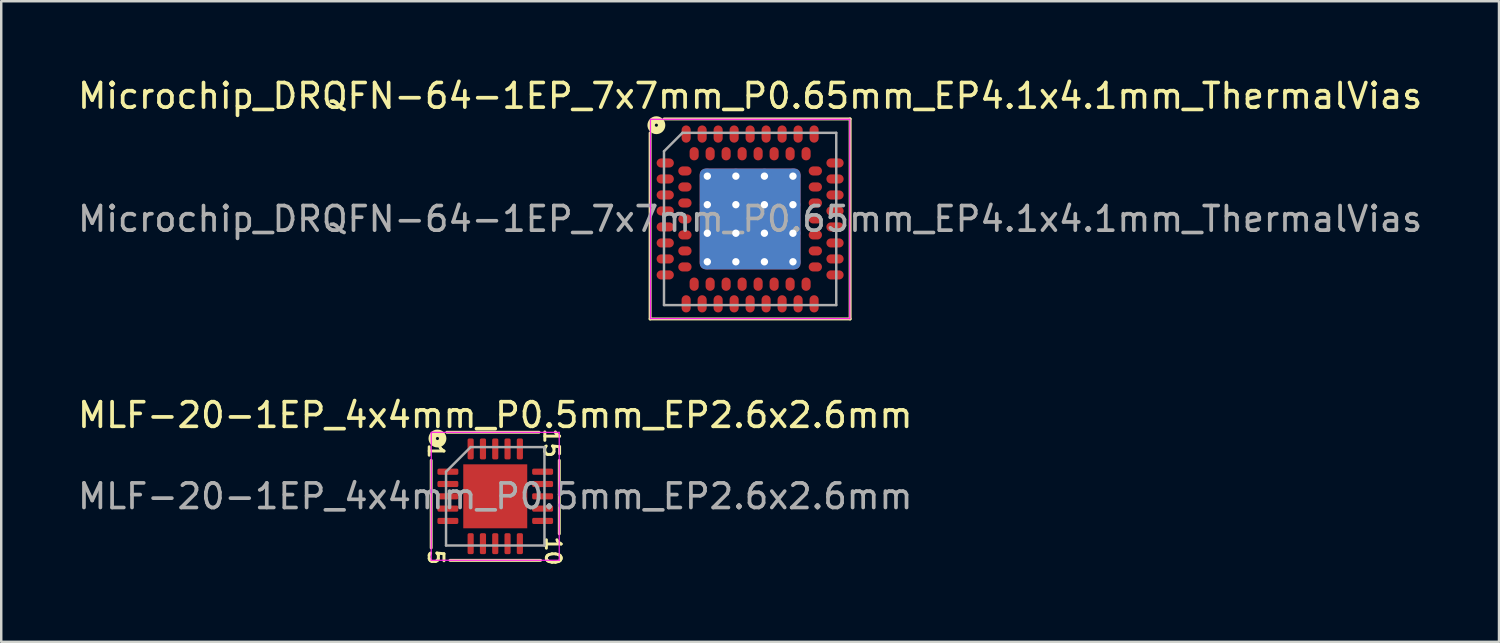
<source format=kicad_pcb>
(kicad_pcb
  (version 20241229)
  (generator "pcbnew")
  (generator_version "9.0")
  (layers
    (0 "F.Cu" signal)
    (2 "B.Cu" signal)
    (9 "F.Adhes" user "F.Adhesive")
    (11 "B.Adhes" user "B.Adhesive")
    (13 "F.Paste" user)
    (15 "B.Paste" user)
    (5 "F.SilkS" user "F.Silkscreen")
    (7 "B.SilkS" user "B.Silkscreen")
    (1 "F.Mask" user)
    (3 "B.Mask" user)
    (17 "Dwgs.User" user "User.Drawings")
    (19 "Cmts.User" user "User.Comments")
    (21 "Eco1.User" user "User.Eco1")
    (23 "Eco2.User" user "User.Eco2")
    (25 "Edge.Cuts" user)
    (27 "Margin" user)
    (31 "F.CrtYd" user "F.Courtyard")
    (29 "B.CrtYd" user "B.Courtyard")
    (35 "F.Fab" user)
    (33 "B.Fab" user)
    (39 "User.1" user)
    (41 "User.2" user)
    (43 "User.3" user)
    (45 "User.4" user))
  (footprint "Microchip_DRQFN-64-1EP_7x7mm_P0.65mm_EP4.1x4.1mm_ThermalVias"
    (layer "F.Cu")
    (at 27.435 5.848)
    (property "Reference" "Microchip_DRQFN-64-1EP_7x7mm_P0.65mm_EP4.1x4.1mm_ThermalVias" (at 0 -5 0) (layer "F.SilkS") (effects (font (size 1 1) (thickness 0.15))))
    (attr smd)
    (fp_line (start -4.064 4.064) (end -4.064 -3.493) (stroke (width 0.12) (type solid)) (layer "F.SilkS"))
    (fp_line (start -3.493 -4.064) (end 4.064 -4.064) (stroke (width 0.12) (type solid)) (layer "F.SilkS"))
    (fp_line (start 4.064 -4.064) (end 4.064 4.064) (stroke (width 0.12) (type solid)) (layer "F.SilkS"))
    (fp_line (start 4.064 4.064) (end -4.064 4.064) (stroke (width 0.12) (type solid)) (layer "F.SilkS"))
    (fp_circle (center -3.81 -3.81) (end -3.747 -3.81) (stroke (width 0.3) (type solid)) (fill no) (layer "F.SilkS"))
    (fp_line (start -4.05 -4.05) (end 4.05 -4.05) (stroke (width 0.05) (type solid)) (layer "F.CrtYd"))
    (fp_line (start -4.05 4.05) (end -4.05 -4.05) (stroke (width 0.05) (type solid)) (layer "F.CrtYd"))
    (fp_line (start 4.05 -4.05) (end 4.05 4.05) (stroke (width 0.05) (type solid)) (layer "F.CrtYd"))
    (fp_line (start 4.05 4.05) (end -4.05 4.05) (stroke (width 0.05) (type solid)) (layer "F.CrtYd"))
    (fp_line (start -3.5 -2.75) (end -2.75 -3.5) (stroke (width 0.1) (type solid)) (layer "F.Fab"))
    (fp_line (start -3.5 3.5) (end -3.5 -2.75) (stroke (width 0.1) (type solid)) (layer "F.Fab"))
    (fp_line (start -2.75 -3.5) (end 3.5 -3.5) (stroke (width 0.1) (type solid)) (layer "F.Fab"))
    (fp_line (start 3.5 -3.5) (end 3.5 3.5) (stroke (width 0.1) (type solid)) (layer "F.Fab"))
    (fp_line (start 3.5 3.5) (end -3.5 3.5) (stroke (width 0.1) (type solid)) (layer "F.Fab"))
    (fp_text user "${REFERENCE}" (at 0 0 0) (layer "F.Fab") (effects (font (size 1 1) (thickness 0.15))))
    (pad "" smd roundrect (at -1.16 -1.16) (size 1 1) (layers "F.Paste") (roundrect_rratio 0.25))
    (pad "" smd roundrect (at -1.16 0) (size 1 1) (layers "F.Paste") (roundrect_rratio 0.25))
    (pad "" smd roundrect (at -1.16 1.16) (size 1 1) (layers "F.Paste") (roundrect_rratio 0.25))
    (pad "" smd roundrect (at 0 -1.16) (size 1 1) (layers "F.Paste") (roundrect_rratio 0.25))
    (pad "" smd roundrect (at 0 0) (size 1 1) (layers "F.Paste") (roundrect_rratio 0.25))
    (pad "" smd roundrect (at 0 1.16) (size 1 1) (layers "F.Paste") (roundrect_rratio 0.25))
    (pad "" smd roundrect (at 1.16 -1.16) (size 1 1) (layers "F.Paste") (roundrect_rratio 0.25))
    (pad "" smd roundrect (at 1.16 0) (size 1 1) (layers "F.Paste") (roundrect_rratio 0.25))
    (pad "" smd roundrect (at 1.16 1.16) (size 1 1) (layers "F.Paste") (roundrect_rratio 0.25))
    (pad "A1" smd oval (at -3.45 -2.275) (size 0.7 0.37) (layers "F.Cu" "F.Mask" "F.Paste"))
    (pad "A2" smd oval (at -3.45 -1.625) (size 0.7 0.37) (layers "F.Cu" "F.Mask" "F.Paste"))
    (pad "A3" smd oval (at -3.45 -0.975) (size 0.7 0.37) (layers "F.Cu" "F.Mask" "F.Paste"))
    (pad "A4" smd oval (at -3.45 -0.325) (size 0.7 0.37) (layers "F.Cu" "F.Mask" "F.Paste"))
    (pad "A5" smd oval (at -3.45 0.325) (size 0.7 0.37) (layers "F.Cu" "F.Mask" "F.Paste"))
    (pad "A6" smd oval (at -3.45 0.975) (size 0.7 0.37) (layers "F.Cu" "F.Mask" "F.Paste"))
    (pad "A7" smd oval (at -3.45 1.625) (size 0.7 0.37) (layers "F.Cu" "F.Mask" "F.Paste"))
    (pad "A8" smd oval (at -3.45 2.275) (size 0.7 0.37) (layers "F.Cu" "F.Mask" "F.Paste"))
    (pad "A9" smd oval (at -2.6 3.45) (size 0.37 0.7) (layers "F.Cu" "F.Mask" "F.Paste"))
    (pad "A10" smd oval (at -1.95 3.45) (size 0.37 0.7) (layers "F.Cu" "F.Mask" "F.Paste"))
    (pad "A11" smd oval (at -1.3 3.45) (size 0.37 0.7) (layers "F.Cu" "F.Mask" "F.Paste"))
    (pad "A12" smd oval (at -0.65 3.45) (size 0.37 0.7) (layers "F.Cu" "F.Mask" "F.Paste"))
    (pad "A13" smd oval (at 0 3.45) (size 0.37 0.7) (layers "F.Cu" "F.Mask" "F.Paste"))
    (pad "A14" smd oval (at 0.65 3.45) (size 0.37 0.7) (layers "F.Cu" "F.Mask" "F.Paste"))
    (pad "A15" smd oval (at 1.3 3.45) (size 0.37 0.7) (layers "F.Cu" "F.Mask" "F.Paste"))
    (pad "A16" smd oval (at 1.95 3.45) (size 0.37 0.7) (layers "F.Cu" "F.Mask" "F.Paste"))
    (pad "A17" smd oval (at 2.6 3.45) (size 0.37 0.7) (layers "F.Cu" "F.Mask" "F.Paste"))
    (pad "A18" smd oval (at 3.45 2.275) (size 0.7 0.37) (layers "F.Cu" "F.Mask" "F.Paste"))
    (pad "A19" smd oval (at 3.45 1.625) (size 0.7 0.37) (layers "F.Cu" "F.Mask" "F.Paste"))
    (pad "A20" smd oval (at 3.45 0.975) (size 0.7 0.37) (layers "F.Cu" "F.Mask" "F.Paste"))
    (pad "A21" smd oval (at 3.45 0.325) (size 0.7 0.37) (layers "F.Cu" "F.Mask" "F.Paste"))
    (pad "A22" smd oval (at 3.45 -0.325) (size 0.7 0.37) (layers "F.Cu" "F.Mask" "F.Paste"))
    (pad "A23" smd oval (at 3.45 -0.975) (size 0.7 0.37) (layers "F.Cu" "F.Mask" "F.Paste"))
    (pad "A24" smd oval (at 3.45 -1.625) (size 0.7 0.37) (layers "F.Cu" "F.Mask" "F.Paste"))
    (pad "A25" smd oval (at 3.45 -2.275) (size 0.7 0.37) (layers "F.Cu" "F.Mask" "F.Paste"))
    (pad "A26" smd oval (at 2.6 -3.45) (size 0.37 0.7) (layers "F.Cu" "F.Mask" "F.Paste"))
    (pad "A27" smd oval (at 1.95 -3.45) (size 0.37 0.7) (layers "F.Cu" "F.Mask" "F.Paste"))
    (pad "A28" smd oval (at 1.3 -3.45) (size 0.37 0.7) (layers "F.Cu" "F.Mask" "F.Paste"))
    (pad "A29" smd oval (at 0.65 -3.45) (size 0.37 0.7) (layers "F.Cu" "F.Mask" "F.Paste"))
    (pad "A30" smd oval (at 0 -3.45) (size 0.37 0.7) (layers "F.Cu" "F.Mask" "F.Paste"))
    (pad "A31" smd oval (at -0.65 -3.45) (size 0.37 0.7) (layers "F.Cu" "F.Mask" "F.Paste"))
    (pad "A32" smd oval (at -1.3 -3.45) (size 0.37 0.7) (layers "F.Cu" "F.Mask" "F.Paste"))
    (pad "A33" smd oval (at -1.95 -3.45) (size 0.37 0.7) (layers "F.Cu" "F.Mask" "F.Paste"))
    (pad "A34" smd oval (at -2.6 -3.45) (size 0.37 0.7) (layers "F.Cu" "F.Mask" "F.Paste"))
    (pad "B1" smd oval (at -2.65 -1.95) (size 0.54 0.37) (layers "F.Cu" "F.Mask" "F.Paste"))
    (pad "B2" smd oval (at -2.65 -1.3) (size 0.54 0.37) (layers "F.Cu" "F.Mask" "F.Paste"))
    (pad "B3" smd oval (at -2.65 -0.65) (size 0.54 0.37) (layers "F.Cu" "F.Mask" "F.Paste"))
    (pad "B4" smd oval (at -2.65 0) (size 0.54 0.37) (layers "F.Cu" "F.Mask" "F.Paste"))
    (pad "B5" smd oval (at -2.65 0.65) (size 0.54 0.37) (layers "F.Cu" "F.Mask" "F.Paste"))
    (pad "B6" smd oval (at -2.65 1.3) (size 0.54 0.37) (layers "F.Cu" "F.Mask" "F.Paste"))
    (pad "B7" smd oval (at -2.65 1.95) (size 0.54 0.37) (layers "F.Cu" "F.Mask" "F.Paste"))
    (pad "B8" smd oval (at -2.275 2.65) (size 0.37 0.54) (layers "F.Cu" "F.Mask" "F.Paste"))
    (pad "B9" smd oval (at -1.625 2.65) (size 0.37 0.54) (layers "F.Cu" "F.Mask" "F.Paste"))
    (pad "B10" smd oval (at -0.975 2.65) (size 0.37 0.54) (layers "F.Cu" "F.Mask" "F.Paste"))
    (pad "B11" smd oval (at -0.325 2.65) (size 0.37 0.54) (layers "F.Cu" "F.Mask" "F.Paste"))
    (pad "B12" smd oval (at 0.325 2.65) (size 0.37 0.54) (layers "F.Cu" "F.Mask" "F.Paste"))
    (pad "B13" smd oval (at 0.975 2.65) (size 0.37 0.54) (layers "F.Cu" "F.Mask" "F.Paste"))
    (pad "B14" smd oval (at 1.625 2.65) (size 0.37 0.54) (layers "F.Cu" "F.Mask" "F.Paste"))
    (pad "B15" smd oval (at 2.275 2.65) (size 0.37 0.54) (layers "F.Cu" "F.Mask" "F.Paste"))
    (pad "B16" smd oval (at 2.65 1.95) (size 0.54 0.37) (layers "F.Cu" "F.Mask" "F.Paste"))
    (pad "B17" smd oval (at 2.65 1.3) (size 0.54 0.37) (layers "F.Cu" "F.Mask" "F.Paste"))
    (pad "B18" smd oval (at 2.65 0.65) (size 0.54 0.37) (layers "F.Cu" "F.Mask" "F.Paste"))
    (pad "B19" smd oval (at 2.65 0) (size 0.54 0.37) (layers "F.Cu" "F.Mask" "F.Paste"))
    (pad "B20" smd oval (at 2.65 -0.65) (size 0.54 0.37) (layers "F.Cu" "F.Mask" "F.Paste"))
    (pad "B21" smd oval (at 2.65 -1.3) (size 0.54 0.37) (layers "F.Cu" "F.Mask" "F.Paste"))
    (pad "B22" smd oval (at 2.65 -1.95) (size 0.54 0.37) (layers "F.Cu" "F.Mask" "F.Paste"))
    (pad "B23" smd oval (at 2.275 -2.65) (size 0.37 0.54) (layers "F.Cu" "F.Mask" "F.Paste"))
    (pad "B24" smd oval (at 1.625 -2.65) (size 0.37 0.54) (layers "F.Cu" "F.Mask" "F.Paste"))
    (pad "B25" smd oval (at 0.975 -2.65) (size 0.37 0.54) (layers "F.Cu" "F.Mask" "F.Paste"))
    (pad "B26" smd oval (at 0.325 -2.65) (size 0.37 0.54) (layers "F.Cu" "F.Mask" "F.Paste"))
    (pad "B27" smd oval (at -0.325 -2.65) (size 0.37 0.54) (layers "F.Cu" "F.Mask" "F.Paste"))
    (pad "B28" smd oval (at -0.975 -2.65) (size 0.37 0.54) (layers "F.Cu" "F.Mask" "F.Paste"))
    (pad "B29" smd oval (at -1.625 -2.65) (size 0.37 0.54) (layers "F.Cu" "F.Mask" "F.Paste"))
    (pad "B30" smd oval (at -2.275 -2.65) (size 0.37 0.54) (layers "F.Cu" "F.Mask" "F.Paste"))
    (pad "EP" thru_hole circle (at -1.74 -1.74) (size 0.6 0.6) (drill 0.3) (layers "*.Cu"))
    (pad "EP" thru_hole circle (at -1.74 -0.58) (size 0.6 0.6) (drill 0.3) (layers "*.Cu"))
    (pad "EP" thru_hole circle (at -1.74 0.58) (size 0.6 0.6) (drill 0.3) (layers "*.Cu"))
    (pad "EP" thru_hole circle (at -1.74 1.74) (size 0.6 0.6) (drill 0.3) (layers "*.Cu"))
    (pad "EP" thru_hole circle (at -0.58 -1.74) (size 0.6 0.6) (drill 0.3) (layers "*.Cu"))
    (pad "EP" thru_hole circle (at -0.58 -0.58) (size 0.6 0.6) (drill 0.3) (layers "*.Cu"))
    (pad "EP" thru_hole circle (at -0.58 0.58) (size 0.6 0.6) (drill 0.3) (layers "*.Cu"))
    (pad "EP" thru_hole circle (at -0.58 1.74) (size 0.6 0.6) (drill 0.3) (layers "*.Cu"))
    (pad "EP" smd roundrect (at 0 0) (size 4.1 4.1) (layers "F.Cu" "F.Mask") (roundrect_rratio 0.06))
    (pad "EP" smd roundrect (at 0 0) (size 4.1 4.1) (layers "B.Cu" "B.Mask") (roundrect_rratio 0.06))
    (pad "EP" thru_hole circle (at 0.58 -1.74) (size 0.6 0.6) (drill 0.3) (layers "*.Cu"))
    (pad "EP" thru_hole circle (at 0.58 -0.58) (size 0.6 0.6) (drill 0.3) (layers "*.Cu"))
    (pad "EP" thru_hole circle (at 0.58 0.58) (size 0.6 0.6) (drill 0.3) (layers "*.Cu"))
    (pad "EP" thru_hole circle (at 0.58 1.74) (size 0.6 0.6) (drill 0.3) (layers "*.Cu"))
    (pad "EP" thru_hole circle (at 1.74 -1.74) (size 0.6 0.6) (drill 0.3) (layers "*.Cu"))
    (pad "EP" thru_hole circle (at 1.74 -0.58) (size 0.6 0.6) (drill 0.3) (layers "*.Cu"))
    (pad "EP" thru_hole circle (at 1.74 0.58) (size 0.6 0.6) (drill 0.3) (layers "*.Cu"))
    (pad "EP" thru_hole circle (at 1.74 1.74) (size 0.6 0.6) (drill 0.3) (layers "*.Cu")))
  (footprint "MLF-20-1EP_4x4mm_P0.5mm_EP2.6x2.6mm"
    (layer "F.Cu")
    (at 17.077 17.12)
    (property "Reference" "MLF-20-1EP_4x4mm_P0.5mm_EP2.6x2.6mm" (at 0 -3.3 0) (layer "F.SilkS") (effects (font (size 1 1) (thickness 0.15))))
    (attr smd)
    (fp_line (start -2.603 2.095) (end -2.603 -1.46) (stroke (width 0.12) (type solid)) (layer "F.SilkS"))
    (fp_line (start -1.968 -2.603) (end 1.778 -2.603) (stroke (width 0.12) (type solid)) (layer "F.SilkS"))
    (fp_line (start 1.841 2.603) (end -1.841 2.603) (stroke (width 0.12) (type solid)) (layer "F.SilkS"))
    (fp_line (start 2.603 -1.46) (end 2.603 1.524) (stroke (width 0.12) (type solid)) (layer "F.SilkS"))
    (fp_circle (center -2.349 -2.349) (end -2.286 -2.349) (stroke (width 0.3) (type solid)) (fill no) (layer "F.SilkS"))
    (fp_line (start -2.6 -2.6) (end -2.603 2.603) (stroke (width 0.05) (type solid)) (layer "F.CrtYd"))
    (fp_line (start -2.6 2.6) (end 2.6 2.6) (stroke (width 0.05) (type solid)) (layer "F.CrtYd"))
    (fp_line (start 2.6 -2.6) (end -2.6 -2.6) (stroke (width 0.05) (type solid)) (layer "F.CrtYd"))
    (fp_line (start 2.6 2.6) (end 2.6 -2.6) (stroke (width 0.05) (type solid)) (layer "F.CrtYd"))
    (fp_line (start -2 -1) (end -1 -2) (stroke (width 0.1) (type solid)) (layer "F.Fab"))
    (fp_line (start -2 2) (end -2 -1) (stroke (width 0.1) (type solid)) (layer "F.Fab"))
    (fp_line (start -1 -2) (end 2 -2) (stroke (width 0.1) (type solid)) (layer "F.Fab"))
    (fp_line (start 2 -2) (end 2 2) (stroke (width 0.1) (type solid)) (layer "F.Fab"))
    (fp_line (start 2 2) (end -2 2) (stroke (width 0.1) (type solid)) (layer "F.Fab"))
    (fp_text user "5" (at -2.413 2.477 270) (unlocked yes) (layer "F.SilkS") (effects (font (size 0.6 0.6) (thickness 0.12))))
    (fp_text user "1" (at -2.413 -1.841 270) (unlocked yes) (layer "F.SilkS") (effects (font (size 0.6 0.6) (thickness 0.12))))
    (fp_text user "15" (at 2.286 -2.159 270) (unlocked yes) (layer "F.SilkS") (effects (font (size 0.6 0.6) (thickness 0.12))))
    (fp_text user "10" (at 2.349 2.223 270) (unlocked yes) (layer "F.SilkS") (effects (font (size 0.6 0.6) (thickness 0.12))))
    (fp_text user "${REFERENCE}" (at 0 0 0) (layer "F.Fab") (effects (font (size 1 1) (thickness 0.15))))
    (pad "" smd roundrect (at -0.65 -0.65) (size 1.05 1.05) (layers "F.Paste") (roundrect_rratio 0.238))
    (pad "" smd roundrect (at -0.65 0.65) (size 1.05 1.05) (layers "F.Paste") (roundrect_rratio 0.238))
    (pad "" smd roundrect (at 0.65 -0.65) (size 1.05 1.05) (layers "F.Paste") (roundrect_rratio 0.238))
    (pad "" smd roundrect (at 0.65 0.65) (size 1.05 1.05) (layers "F.Paste") (roundrect_rratio 0.238))
    (pad "1" smd roundrect (at -1.925 -1) (size 0.85 0.25) (layers "F.Cu" "F.Mask" "F.Paste") (roundrect_rratio 0.25))
    (pad "2" smd roundrect (at -1.925 -0.5) (size 0.85 0.25) (layers "F.Cu" "F.Mask" "F.Paste") (roundrect_rratio 0.25))
    (pad "3" smd roundrect (at -1.925 0) (size 0.85 0.25) (layers "F.Cu" "F.Mask" "F.Paste") (roundrect_rratio 0.25))
    (pad "4" smd roundrect (at -1.925 0.5) (size 0.85 0.25) (layers "F.Cu" "F.Mask" "F.Paste") (roundrect_rratio 0.25))
    (pad "5" smd roundrect (at -1.925 1) (size 0.85 0.25) (layers "F.Cu" "F.Mask" "F.Paste") (roundrect_rratio 0.25))
    (pad "6" smd roundrect (at -1 1.925) (size 0.25 0.85) (layers "F.Cu" "F.Mask" "F.Paste") (roundrect_rratio 0.25))
    (pad "7" smd roundrect (at -0.5 1.925) (size 0.25 0.85) (layers "F.Cu" "F.Mask" "F.Paste") (roundrect_rratio 0.25))
    (pad "8" smd roundrect (at 0 1.925) (size 0.25 0.85) (layers "F.Cu" "F.Mask" "F.Paste") (roundrect_rratio 0.25))
    (pad "9" smd roundrect (at 0.5 1.925) (size 0.25 0.85) (layers "F.Cu" "F.Mask" "F.Paste") (roundrect_rratio 0.25))
    (pad "10" smd roundrect (at 1 1.925) (size 0.25 0.85) (layers "F.Cu" "F.Mask" "F.Paste") (roundrect_rratio 0.25))
    (pad "11" smd roundrect (at 1.925 1) (size 0.85 0.25) (layers "F.Cu" "F.Mask" "F.Paste") (roundrect_rratio 0.25))
    (pad "12" smd roundrect (at 1.925 0.5) (size 0.85 0.25) (layers "F.Cu" "F.Mask" "F.Paste") (roundrect_rratio 0.25))
    (pad "13" smd roundrect (at 1.925 0) (size 0.85 0.25) (layers "F.Cu" "F.Mask" "F.Paste") (roundrect_rratio 0.25))
    (pad "14" smd roundrect (at 1.925 -0.5) (size 0.85 0.25) (layers "F.Cu" "F.Mask" "F.Paste") (roundrect_rratio 0.25))
    (pad "15" smd roundrect (at 1.925 -1) (size 0.85 0.25) (layers "F.Cu" "F.Mask" "F.Paste") (roundrect_rratio 0.25))
    (pad "16" smd roundrect (at 1 -1.925) (size 0.25 0.85) (layers "F.Cu" "F.Mask" "F.Paste") (roundrect_rratio 0.25))
    (pad "17" smd roundrect (at 0.5 -1.925) (size 0.25 0.85) (layers "F.Cu" "F.Mask" "F.Paste") (roundrect_rratio 0.25))
    (pad "18" smd roundrect (at 0 -1.925) (size 0.25 0.85) (layers "F.Cu" "F.Mask" "F.Paste") (roundrect_rratio 0.25))
    (pad "19" smd roundrect (at -0.5 -1.925) (size 0.25 0.85) (layers "F.Cu" "F.Mask" "F.Paste") (roundrect_rratio 0.25))
    (pad "20" smd roundrect (at -1 -1.925) (size 0.25 0.85) (layers "F.Cu" "F.Mask" "F.Paste") (roundrect_rratio 0.25))
    (pad "21" smd rect (at 0 0) (size 2.6 2.6) (layers "F.Cu" "F.Mask")))
  (gr_rect
    (start -3 -3)
    (end 57.869 23.034)
    (stroke (width 0.1) (type default))
    (fill no)
    (layer "Edge.Cuts")))
</source>
